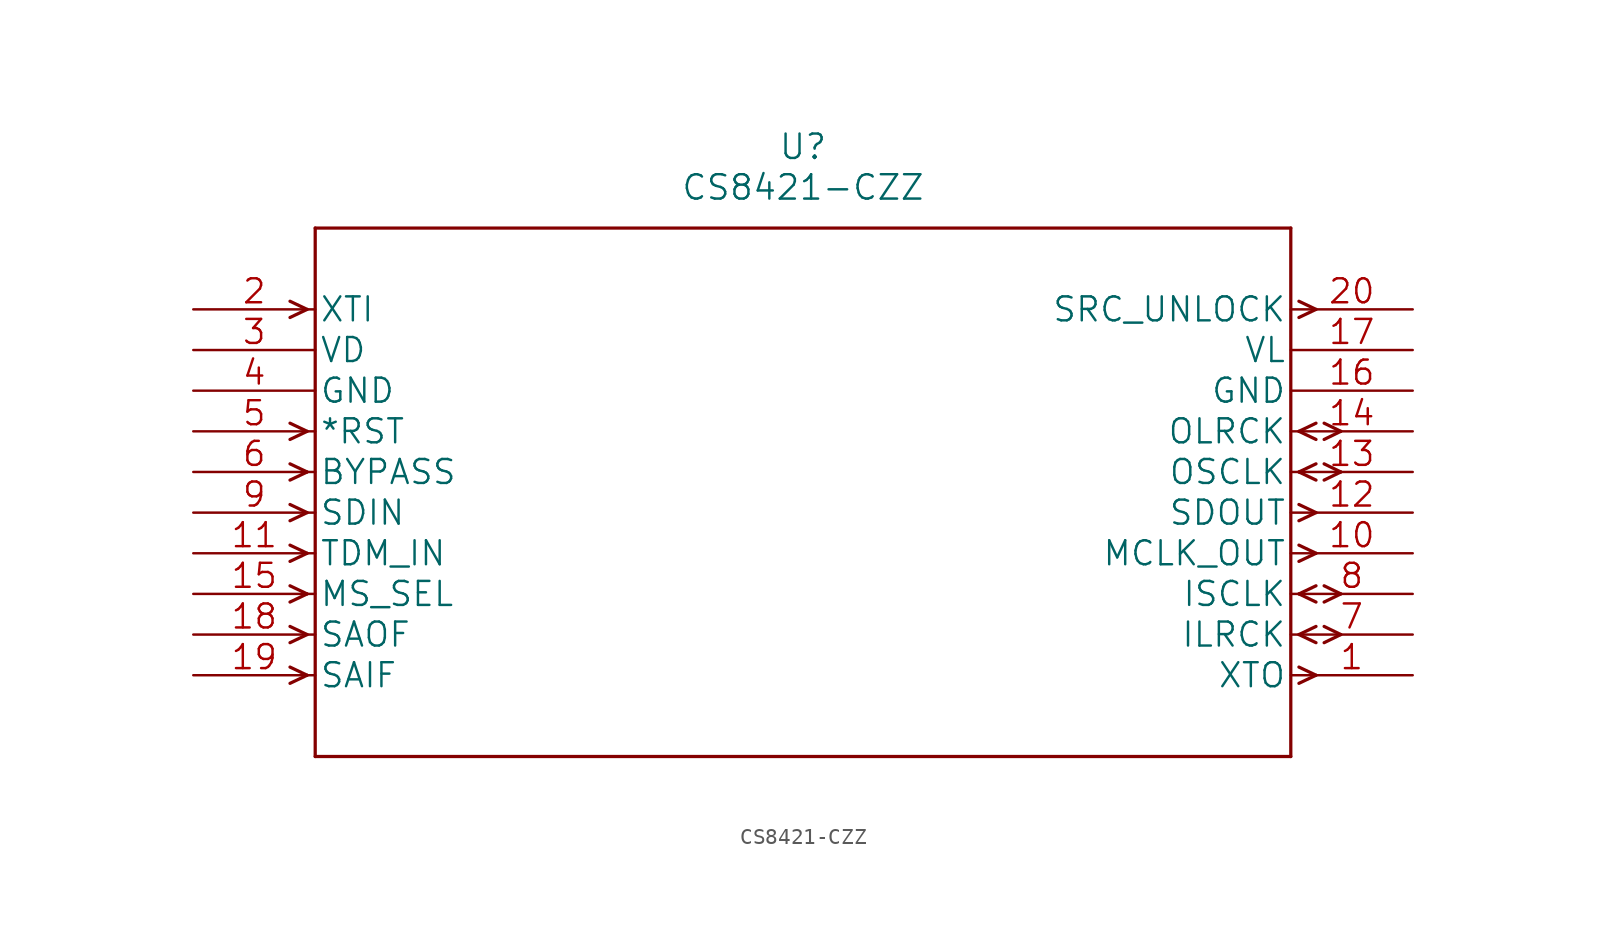
<source format=kicad_sym>
(kicad_symbol_lib
  (version 20211014)
  (generator kicad_symbol_editor)
  (symbol "CS8421-CZZ"
    (pin_names
      (offset 0.254))
    (property "Reference" "U"
      (at 38.1 10.16 0)
      (effects (font (size 1.524 1.524))))
    (property "Value" "CS8421-CZZ"
      (at 38.1 7.62 0)
      (effects (font (size 1.524 1.524))))
    (property "Datasheet" ""
      (at 0 0 0)
      (effects (font (size 1.524 1.524))))
    (symbol "CS8421-CZZ_1_1"
      (polyline (pts (xy 7.112 -22.86) (xy 6.045 -23.368)) (stroke (width 0.203) (type default) (color 0 0 0 0)) (fill (type none)))
      (polyline (pts (xy 7.112 -22.86) (xy 6.045 -22.352)) (stroke (width 0.203) (type default) (color 0 0 0 0)) (fill (type none)))
      (polyline (pts (xy 7.112 -20.32) (xy 6.045 -20.828)) (stroke (width 0.203) (type default) (color 0 0 0 0)) (fill (type none)))
      (polyline (pts (xy 7.112 -20.32) (xy 6.045 -19.812)) (stroke (width 0.203) (type default) (color 0 0 0 0)) (fill (type none)))
      (polyline (pts (xy 7.112 -17.78) (xy 6.045 -18.288)) (stroke (width 0.203) (type default) (color 0 0 0 0)) (fill (type none)))
      (polyline (pts (xy 7.112 -17.78) (xy 6.045 -17.272)) (stroke (width 0.203) (type default) (color 0 0 0 0)) (fill (type none)))
      (polyline (pts (xy 7.112 -15.24) (xy 6.045 -15.748)) (stroke (width 0.203) (type default) (color 0 0 0 0)) (fill (type none)))
      (polyline (pts (xy 7.112 -15.24) (xy 6.045 -14.732)) (stroke (width 0.203) (type default) (color 0 0 0 0)) (fill (type none)))
      (polyline (pts (xy 7.112 -12.7) (xy 6.045 -13.208)) (stroke (width 0.203) (type default) (color 0 0 0 0)) (fill (type none)))
      (polyline (pts (xy 7.112 -12.7) (xy 6.045 -12.192)) (stroke (width 0.203) (type default) (color 0 0 0 0)) (fill (type none)))
      (polyline (pts (xy 7.112 -10.16) (xy 6.045 -10.668)) (stroke (width 0.203) (type default) (color 0 0 0 0)) (fill (type none)))
      (polyline (pts (xy 7.112 -10.16) (xy 6.045 -9.652)) (stroke (width 0.203) (type default) (color 0 0 0 0)) (fill (type none)))
      (polyline (pts (xy 7.112 -7.62) (xy 6.045 -8.128)) (stroke (width 0.203) (type default) (color 0 0 0 0)) (fill (type none)))
      (polyline (pts (xy 7.112 -7.62) (xy 6.045 -7.112)) (stroke (width 0.203) (type default) (color 0 0 0 0)) (fill (type none)))
      (polyline (pts (xy 7.112 0) (xy 6.045 -0.508)) (stroke (width 0.203) (type default) (color 0 0 0 0)) (fill (type none)))
      (polyline (pts (xy 7.112 0) (xy 6.045 0.508)) (stroke (width 0.203) (type default) (color 0 0 0 0)) (fill (type none)))
      (polyline (pts (xy 7.62 -27.94) (xy 68.58 -27.94)) (stroke (width 0.203) (type default) (color 0 0 0 0)) (fill (type none)))
      (polyline (pts (xy 7.62 5.08) (xy 7.62 -27.94)) (stroke (width 0.203) (type default) (color 0 0 0 0)) (fill (type none)))
      (polyline (pts (xy 68.58 -27.94) (xy 68.58 5.08)) (stroke (width 0.203) (type default) (color 0 0 0 0)) (fill (type none)))
      (polyline (pts (xy 68.58 5.08) (xy 7.62 5.08)) (stroke (width 0.203) (type default) (color 0 0 0 0)) (fill (type none)))
      (polyline (pts (xy 69.088 -23.368) (xy 70.155 -22.86)) (stroke (width 0.203) (type default) (color 0 0 0 0)) (fill (type none)))
      (polyline (pts (xy 69.088 -22.352) (xy 70.155 -22.86)) (stroke (width 0.203) (type default) (color 0 0 0 0)) (fill (type none)))
      (polyline (pts (xy 69.088 -20.32) (xy 70.155 -20.828)) (stroke (width 0.203) (type default) (color 0 0 0 0)) (fill (type none)))
      (polyline (pts (xy 69.088 -20.32) (xy 70.155 -19.812)) (stroke (width 0.203) (type default) (color 0 0 0 0)) (fill (type none)))
      (polyline (pts (xy 69.088 -17.78) (xy 70.155 -18.288)) (stroke (width 0.203) (type default) (color 0 0 0 0)) (fill (type none)))
      (polyline (pts (xy 69.088 -17.78) (xy 70.155 -17.272)) (stroke (width 0.203) (type default) (color 0 0 0 0)) (fill (type none)))
      (polyline (pts (xy 69.088 -15.748) (xy 70.155 -15.24)) (stroke (width 0.203) (type default) (color 0 0 0 0)) (fill (type none)))
      (polyline (pts (xy 69.088 -14.732) (xy 70.155 -15.24)) (stroke (width 0.203) (type default) (color 0 0 0 0)) (fill (type none)))
      (polyline (pts (xy 69.088 -13.208) (xy 70.155 -12.7)) (stroke (width 0.203) (type default) (color 0 0 0 0)) (fill (type none)))
      (polyline (pts (xy 69.088 -12.192) (xy 70.155 -12.7)) (stroke (width 0.203) (type default) (color 0 0 0 0)) (fill (type none)))
      (polyline (pts (xy 69.088 -10.16) (xy 70.155 -10.668)) (stroke (width 0.203) (type default) (color 0 0 0 0)) (fill (type none)))
      (polyline (pts (xy 69.088 -10.16) (xy 70.155 -9.652)) (stroke (width 0.203) (type default) (color 0 0 0 0)) (fill (type none)))
      (polyline (pts (xy 69.088 -7.62) (xy 70.155 -8.128)) (stroke (width 0.203) (type default) (color 0 0 0 0)) (fill (type none)))
      (polyline (pts (xy 69.088 -7.62) (xy 70.155 -7.112)) (stroke (width 0.203) (type default) (color 0 0 0 0)) (fill (type none)))
      (polyline (pts (xy 69.088 -0.508) (xy 70.155 0)) (stroke (width 0.203) (type default) (color 0 0 0 0)) (fill (type none)))
      (polyline (pts (xy 69.088 0.508) (xy 70.155 0)) (stroke (width 0.203) (type default) (color 0 0 0 0)) (fill (type none)))
      (polyline (pts (xy 70.663 -20.828) (xy 71.704 -20.32)) (stroke (width 0.203) (type default) (color 0 0 0 0)) (fill (type none)))
      (polyline (pts (xy 70.663 -19.812) (xy 71.704 -20.32)) (stroke (width 0.203) (type default) (color 0 0 0 0)) (fill (type none)))
      (polyline (pts (xy 70.663 -18.288) (xy 71.704 -17.78)) (stroke (width 0.203) (type default) (color 0 0 0 0)) (fill (type none)))
      (polyline (pts (xy 70.663 -17.272) (xy 71.704 -17.78)) (stroke (width 0.203) (type default) (color 0 0 0 0)) (fill (type none)))
      (polyline (pts (xy 70.663 -10.668) (xy 71.704 -10.16)) (stroke (width 0.203) (type default) (color 0 0 0 0)) (fill (type none)))
      (polyline (pts (xy 70.663 -9.652) (xy 71.704 -10.16)) (stroke (width 0.203) (type default) (color 0 0 0 0)) (fill (type none)))
      (polyline (pts (xy 70.663 -8.128) (xy 71.704 -7.62)) (stroke (width 0.203) (type default) (color 0 0 0 0)) (fill (type none)))
      (polyline (pts (xy 70.663 -7.112) (xy 71.704 -7.62)) (stroke (width 0.203) (type default) (color 0 0 0 0)) (fill (type none)))
      (pin output line (at 76.2 -22.86 180) (length 7.62) (name "XTO" (effects (font (size 1.499 1.499)))) (number "1" (effects (font (size 1.499 1.499)))))
      (pin output line (at 76.2 -15.24 180) (length 7.62) (name "MCLK_OUT" (effects (font (size 1.499 1.499)))) (number "10" (effects (font (size 1.499 1.499)))))
      (pin input line (at 0 -15.24 0) (length 7.62) (name "TDM_IN" (effects (font (size 1.499 1.499)))) (number "11" (effects (font (size 1.499 1.499)))))
      (pin output line (at 76.2 -12.7 180) (length 7.62) (name "SDOUT" (effects (font (size 1.499 1.499)))) (number "12" (effects (font (size 1.499 1.499)))))
      (pin bidirectional line (at 76.2 -10.16 180) (length 7.62) (name "OSCLK" (effects (font (size 1.499 1.499)))) (number "13" (effects (font (size 1.499 1.499)))))
      (pin bidirectional line (at 76.2 -7.62 180) (length 7.62) (name "OLRCK" (effects (font (size 1.499 1.499)))) (number "14" (effects (font (size 1.499 1.499)))))
      (pin input line (at 0 -17.78 0) (length 7.62) (name "MS_SEL" (effects (font (size 1.499 1.499)))) (number "15" (effects (font (size 1.499 1.499)))))
      (pin power_in line (at 76.2 -5.08 180) (length 7.62) (name "GND" (effects (font (size 1.499 1.499)))) (number "16" (effects (font (size 1.499 1.499)))))
      (pin power_in line (at 76.2 -2.54 180) (length 7.62) (name "VL" (effects (font (size 1.499 1.499)))) (number "17" (effects (font (size 1.499 1.499)))))
      (pin input line (at 0 -20.32 0) (length 7.62) (name "SAOF" (effects (font (size 1.499 1.499)))) (number "18" (effects (font (size 1.499 1.499)))))
      (pin input line (at 0 -22.86 0) (length 7.62) (name "SAIF" (effects (font (size 1.499 1.499)))) (number "19" (effects (font (size 1.499 1.499)))))
      (pin input line (at 0 0 0) (length 7.62) (name "XTI" (effects (font (size 1.499 1.499)))) (number "2" (effects (font (size 1.499 1.499)))))
      (pin output line (at 76.2 0 180) (length 7.62) (name "SRC_UNLOCK" (effects (font (size 1.499 1.499)))) (number "20" (effects (font (size 1.499 1.499)))))
      (pin power_in line (at 0 -2.54 0) (length 7.62) (name "VD" (effects (font (size 1.499 1.499)))) (number "3" (effects (font (size 1.499 1.499)))))
      (pin power_in line (at 0 -5.08 0) (length 7.62) (name "GND" (effects (font (size 1.499 1.499)))) (number "4" (effects (font (size 1.499 1.499)))))
      (pin input line (at 0 -7.62 0) (length 7.62) (name "*RST" (effects (font (size 1.499 1.499)))) (number "5" (effects (font (size 1.499 1.499)))))
      (pin input line (at 0 -10.16 0) (length 7.62) (name "BYPASS" (effects (font (size 1.499 1.499)))) (number "6" (effects (font (size 1.499 1.499)))))
      (pin bidirectional line (at 76.2 -20.32 180) (length 7.62) (name "ILRCK" (effects (font (size 1.499 1.499)))) (number "7" (effects (font (size 1.499 1.499)))))
      (pin bidirectional line (at 76.2 -17.78 180) (length 7.62) (name "ISCLK" (effects (font (size 1.499 1.499)))) (number "8" (effects (font (size 1.499 1.499)))))
      (pin input line (at 0 -12.7 0) (length 7.62) (name "SDIN" (effects (font (size 1.499 1.499)))) (number "9" (effects (font (size 1.499 1.499))))))))
</source>
